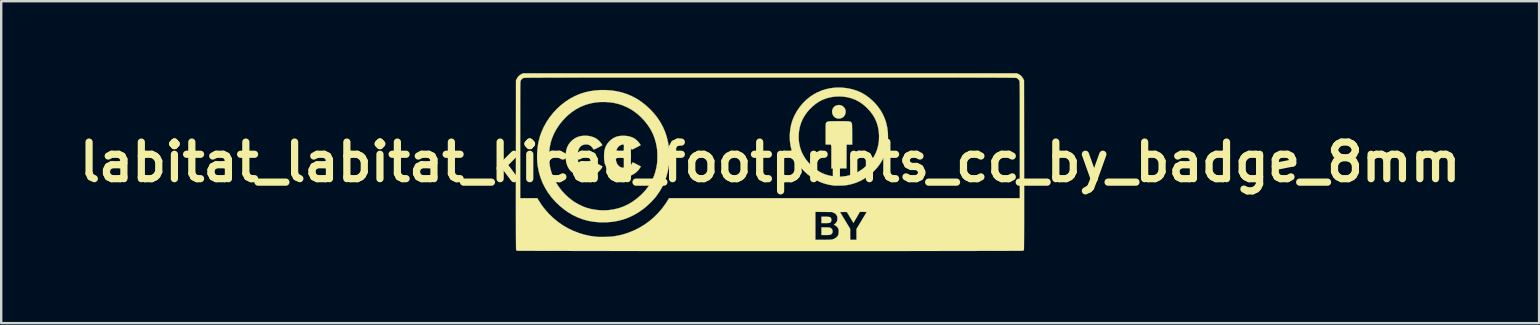
<source format=kicad_pcb>
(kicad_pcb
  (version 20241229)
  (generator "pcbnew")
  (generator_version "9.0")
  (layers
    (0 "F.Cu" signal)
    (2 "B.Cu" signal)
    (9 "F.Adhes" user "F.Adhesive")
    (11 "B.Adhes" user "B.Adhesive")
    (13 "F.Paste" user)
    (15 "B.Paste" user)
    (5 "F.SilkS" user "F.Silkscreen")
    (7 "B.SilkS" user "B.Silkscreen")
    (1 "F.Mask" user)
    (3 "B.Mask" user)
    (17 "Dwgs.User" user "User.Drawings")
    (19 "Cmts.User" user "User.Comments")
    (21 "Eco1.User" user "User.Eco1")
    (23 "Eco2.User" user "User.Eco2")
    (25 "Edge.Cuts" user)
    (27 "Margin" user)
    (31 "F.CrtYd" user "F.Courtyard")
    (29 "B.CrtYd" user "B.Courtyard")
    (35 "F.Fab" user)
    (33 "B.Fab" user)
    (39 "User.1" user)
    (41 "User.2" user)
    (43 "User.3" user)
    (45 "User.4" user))
  (footprint "labitat_labitat_kicad_footprints_cc_by_badge_8mm"
    (layer "F.Cu")
    (at 29.036 3.704)
    (property "Reference" "labitat_labitat_kicad_footprints_cc_by_badge_8mm" (at 0 0 0) (layer "F.SilkS") (effects (font (size 1.524 1.524) (thickness 0.3))))
    (attr through_hole)
    (fp_poly (pts (xy 2.366 2.276) (xy 2.423 2.28) (xy 2.465 2.286) (xy 2.496 2.297) (xy 2.518 2.312) (xy 2.533 2.33) (xy 2.545 2.36) (xy 2.55 2.402) (xy 2.548 2.444) (xy 2.538 2.478) (xy 2.534 2.485) (xy 2.517 2.505) (xy 2.497 2.519) (xy 2.471 2.529) (xy 2.433 2.536) (xy 2.383 2.539) (xy 2.315 2.54) (xy 2.297 2.54) (xy 2.138 2.54) (xy 2.138 2.275) (xy 2.292 2.275) (xy 2.366 2.276)) (stroke (width 0.01) (type solid)) (fill yes) (layer "F.SilkS"))
    (fp_poly (pts (xy 2.369 2.72) (xy 2.417 2.721) (xy 2.451 2.723) (xy 2.476 2.727) (xy 2.497 2.734) (xy 2.516 2.742) (xy 2.519 2.744) (xy 2.561 2.775) (xy 2.589 2.816) (xy 2.603 2.863) (xy 2.602 2.912) (xy 2.588 2.957) (xy 2.559 2.995) (xy 2.525 3.017) (xy 2.505 3.025) (xy 2.482 3.03) (xy 2.451 3.034) (xy 2.409 3.036) (xy 2.352 3.037) (xy 2.31 3.037) (xy 2.138 3.037) (xy 2.138 2.72) (xy 2.305 2.72) (xy 2.369 2.72)) (stroke (width 0.01) (type solid)) (fill yes) (layer "F.SilkS"))
    (fp_poly (pts (xy 2.923 -2.375) (xy 2.99 -2.352) (xy 3.051 -2.308) (xy 3.07 -2.289) (xy 3.111 -2.237) (xy 3.135 -2.186) (xy 3.145 -2.127) (xy 3.146 -2.095) (xy 3.137 -2.02) (xy 3.109 -1.953) (xy 3.067 -1.897) (xy 3.013 -1.854) (xy 2.949 -1.825) (xy 2.878 -1.813) (xy 2.803 -1.818) (xy 2.772 -1.826) (xy 2.709 -1.856) (xy 2.655 -1.903) (xy 2.615 -1.961) (xy 2.589 -2.029) (xy 2.58 -2.1) (xy 2.588 -2.17) (xy 2.611 -2.23) (xy 2.653 -2.287) (xy 2.653 -2.287) (xy 2.707 -2.335) (xy 2.769 -2.364) (xy 2.842 -2.378) (xy 2.847 -2.379) (xy 2.923 -2.375)) (stroke (width 0.01) (type solid)) (fill yes) (layer "F.SilkS"))
    (fp_poly (pts (xy 2.976 -1.704) (xy 3.07 -1.704) (xy 3.147 -1.703) (xy 3.208 -1.701) (xy 3.257 -1.698) (xy 3.294 -1.695) (xy 3.322 -1.689) (xy 3.343 -1.682) (xy 3.359 -1.673) (xy 3.372 -1.661) (xy 3.384 -1.647) (xy 3.391 -1.637) (xy 3.397 -1.629) (xy 3.401 -1.62) (xy 3.405 -1.607) (xy 3.408 -1.589) (xy 3.41 -1.563) (xy 3.412 -1.528) (xy 3.413 -1.482) (xy 3.414 -1.422) (xy 3.415 -1.347) (xy 3.416 -1.254) (xy 3.416 -1.169) (xy 3.419 -0.73) (xy 3.186 -0.73) (xy 3.183 -0.235) (xy 3.18 0.259) (xy 2.551 0.265) (xy 2.551 -0.73) (xy 2.432 -0.733) (xy 2.312 -0.736) (xy 2.312 -1.171) (xy 2.312 -1.279) (xy 2.313 -1.367) (xy 2.313 -1.439) (xy 2.314 -1.495) (xy 2.315 -1.538) (xy 2.316 -1.57) (xy 2.319 -1.594) (xy 2.322 -1.61) (xy 2.325 -1.622) (xy 2.33 -1.631) (xy 2.334 -1.637) (xy 2.346 -1.653) (xy 2.358 -1.666) (xy 2.372 -1.676) (xy 2.389 -1.685) (xy 2.413 -1.691) (xy 2.444 -1.696) (xy 2.486 -1.7) (xy 2.539 -1.702) (xy 2.606 -1.703) (xy 2.689 -1.704) (xy 2.79 -1.704) (xy 2.863 -1.704) (xy 2.976 -1.704)) (stroke (width 0.01) (type solid)) (fill yes) (layer "F.SilkS"))
    (fp_poly (pts (xy -7.57 -1.092) (xy -7.44 -1.065) (xy -7.322 -1.022) (xy -7.216 -0.96) (xy -7.122 -0.882) (xy -7.04 -0.786) (xy -6.992 -0.712) (xy -6.997 -0.703) (xy -7.019 -0.687) (xy -7.059 -0.664) (xy -7.117 -0.633) (xy -7.167 -0.608) (xy -7.23 -0.576) (xy -7.278 -0.553) (xy -7.311 -0.538) (xy -7.334 -0.53) (xy -7.348 -0.527) (xy -7.356 -0.53) (xy -7.36 -0.535) (xy -7.415 -0.614) (xy -7.473 -0.674) (xy -7.537 -0.713) (xy -7.608 -0.735) (xy -7.687 -0.737) (xy -7.726 -0.733) (xy -7.807 -0.712) (xy -7.873 -0.675) (xy -7.928 -0.622) (xy -7.97 -0.551) (xy -7.993 -0.492) (xy -8.002 -0.46) (xy -8.009 -0.43) (xy -8.013 -0.395) (xy -8.016 -0.353) (xy -8.017 -0.297) (xy -8.017 -0.249) (xy -8.015 -0.154) (xy -8.009 -0.077) (xy -7.997 -0.014) (xy -7.979 0.04) (xy -7.954 0.088) (xy -7.927 0.125) (xy -7.877 0.177) (xy -7.818 0.212) (xy -7.749 0.232) (xy -7.674 0.237) (xy -7.582 0.231) (xy -7.505 0.208) (xy -7.439 0.169) (xy -7.383 0.113) (xy -7.35 0.065) (xy -7.332 0.036) (xy -7.317 0.016) (xy -7.309 0.011) (xy -7.297 0.016) (xy -7.27 0.028) (xy -7.233 0.048) (xy -7.188 0.071) (xy -7.141 0.096) (xy -7.094 0.121) (xy -7.052 0.144) (xy -7.018 0.164) (xy -6.996 0.177) (xy -6.991 0.18) (xy -6.991 0.194) (xy -7.003 0.22) (xy -7.025 0.255) (xy -7.054 0.295) (xy -7.089 0.338) (xy -7.122 0.375) (xy -7.213 0.456) (xy -7.317 0.521) (xy -7.433 0.569) (xy -7.559 0.598) (xy -7.588 0.603) (xy -7.648 0.609) (xy -7.699 0.612) (xy -7.749 0.611) (xy -7.808 0.606) (xy -7.838 0.602) (xy -7.919 0.588) (xy -8.003 0.564) (xy -8.082 0.534) (xy -8.142 0.503) (xy -8.246 0.43) (xy -8.333 0.344) (xy -8.403 0.245) (xy -8.457 0.134) (xy -8.494 0.01) (xy -8.514 -0.128) (xy -8.519 -0.243) (xy -8.512 -0.386) (xy -8.489 -0.515) (xy -8.451 -0.631) (xy -8.396 -0.736) (xy -8.325 -0.831) (xy -8.311 -0.847) (xy -8.217 -0.935) (xy -8.114 -1.004) (xy -8.002 -1.055) (xy -7.881 -1.086) (xy -7.749 -1.1) (xy -7.712 -1.101) (xy -7.57 -1.092)) (stroke (width 0.01) (type solid)) (fill yes) (layer "F.SilkS"))
    (fp_poly (pts (xy -6.07 -1.098) (xy -5.934 -1.084) (xy -5.812 -1.055) (xy -5.703 -1.011) (xy -5.606 -0.951) (xy -5.542 -0.896) (xy -5.51 -0.862) (xy -5.477 -0.824) (xy -5.446 -0.785) (xy -5.42 -0.75) (xy -5.403 -0.722) (xy -5.397 -0.707) (xy -5.406 -0.7) (xy -5.431 -0.686) (xy -5.467 -0.667) (xy -5.511 -0.643) (xy -5.561 -0.617) (xy -5.611 -0.591) (xy -5.66 -0.567) (xy -5.703 -0.545) (xy -5.736 -0.529) (xy -5.756 -0.52) (xy -5.761 -0.519) (xy -5.768 -0.527) (xy -5.783 -0.549) (xy -5.803 -0.58) (xy -5.805 -0.583) (xy -5.857 -0.649) (xy -5.919 -0.698) (xy -5.991 -0.727) (xy -6.07 -0.738) (xy -6.156 -0.73) (xy -6.217 -0.713) (xy -6.278 -0.681) (xy -6.331 -0.632) (xy -6.375 -0.567) (xy -6.409 -0.489) (xy -6.423 -0.436) (xy -6.429 -0.394) (xy -6.432 -0.338) (xy -6.434 -0.273) (xy -6.434 -0.206) (xy -6.432 -0.143) (xy -6.427 -0.089) (xy -6.423 -0.061) (xy -6.396 0.027) (xy -6.356 0.102) (xy -6.304 0.162) (xy -6.242 0.205) (xy -6.208 0.219) (xy -6.147 0.233) (xy -6.078 0.238) (xy -6.008 0.235) (xy -5.945 0.222) (xy -5.919 0.213) (xy -5.868 0.182) (xy -5.818 0.137) (xy -5.774 0.085) (xy -5.752 0.05) (xy -5.737 0.026) (xy -5.725 0.012) (xy -5.722 0.011) (xy -5.71 0.015) (xy -5.683 0.028) (xy -5.643 0.048) (xy -5.595 0.073) (xy -5.55 0.096) (xy -5.387 0.182) (xy -5.41 0.224) (xy -5.475 0.318) (xy -5.556 0.404) (xy -5.65 0.477) (xy -5.753 0.536) (xy -5.861 0.577) (xy -5.881 0.583) (xy -5.948 0.596) (xy -6.028 0.604) (xy -6.111 0.609) (xy -6.19 0.608) (xy -6.244 0.603) (xy -6.329 0.586) (xy -6.417 0.56) (xy -6.499 0.527) (xy -6.551 0.5) (xy -6.589 0.475) (xy -6.634 0.439) (xy -6.68 0.4) (xy -6.701 0.38) (xy -6.744 0.335) (xy -6.776 0.295) (xy -6.804 0.251) (xy -6.829 0.2) (xy -6.86 0.132) (xy -6.883 0.071) (xy -6.899 0.01) (xy -6.909 -0.055) (xy -6.916 -0.132) (xy -6.919 -0.194) (xy -6.918 -0.335) (xy -6.905 -0.461) (xy -6.878 -0.574) (xy -6.837 -0.675) (xy -6.782 -0.768) (xy -6.711 -0.854) (xy -6.699 -0.867) (xy -6.609 -0.948) (xy -6.513 -1.011) (xy -6.409 -1.057) (xy -6.296 -1.085) (xy -6.171 -1.098) (xy -6.07 -1.098)) (stroke (width 0.01) (type solid)) (fill yes) (layer "F.SilkS"))
    (fp_poly (pts (xy 3.016 -3.101) (xy 3.227 -3.076) (xy 3.427 -3.034) (xy 3.616 -2.973) (xy 3.796 -2.894) (xy 3.967 -2.796) (xy 4.129 -2.679) (xy 4.284 -2.542) (xy 4.313 -2.514) (xy 4.456 -2.357) (xy 4.579 -2.192) (xy 4.683 -2.019) (xy 4.767 -1.837) (xy 4.832 -1.646) (xy 4.878 -1.447) (xy 4.904 -1.241) (xy 4.911 -1.064) (xy 4.901 -0.85) (xy 4.872 -0.644) (xy 4.824 -0.447) (xy 4.756 -0.258) (xy 4.67 -0.079) (xy 4.566 0.09) (xy 4.442 0.249) (xy 4.301 0.398) (xy 4.22 0.471) (xy 4.057 0.601) (xy 3.89 0.71) (xy 3.719 0.8) (xy 3.54 0.872) (xy 3.352 0.927) (xy 3.196 0.958) (xy 3.137 0.965) (xy 3.063 0.972) (xy 2.979 0.976) (xy 2.892 0.979) (xy 2.805 0.98) (xy 2.726 0.978) (xy 2.66 0.975) (xy 2.636 0.973) (xy 2.432 0.939) (xy 2.235 0.886) (xy 2.046 0.813) (xy 1.865 0.722) (xy 1.692 0.611) (xy 1.529 0.481) (xy 1.376 0.333) (xy 1.283 0.228) (xy 1.158 0.063) (xy 1.052 -0.111) (xy 0.966 -0.293) (xy 0.898 -0.483) (xy 0.851 -0.678) (xy 0.824 -0.88) (xy 0.817 -1.086) (xy 0.819 -1.113) (xy 1.188 -1.113) (xy 1.191 -0.935) (xy 1.213 -0.759) (xy 1.254 -0.588) (xy 1.313 -0.423) (xy 1.388 -0.272) (xy 1.477 -0.131) (xy 1.585 0.005) (xy 1.706 0.133) (xy 1.836 0.25) (xy 1.962 0.342) (xy 2.087 0.418) (xy 2.214 0.48) (xy 2.347 0.529) (xy 2.489 0.567) (xy 2.643 0.593) (xy 2.813 0.61) (xy 2.842 0.612) (xy 2.86 0.612) (xy 2.895 0.61) (xy 2.94 0.607) (xy 2.991 0.603) (xy 3.174 0.58) (xy 3.346 0.541) (xy 3.509 0.483) (xy 3.665 0.407) (xy 3.817 0.311) (xy 3.856 0.283) (xy 3.915 0.236) (xy 3.981 0.178) (xy 4.049 0.114) (xy 4.114 0.049) (xy 4.171 -0.013) (xy 4.216 -0.067) (xy 4.217 -0.068) (xy 4.318 -0.217) (xy 4.4 -0.375) (xy 4.463 -0.542) (xy 4.508 -0.718) (xy 4.533 -0.901) (xy 4.538 -1.09) (xy 4.537 -1.138) (xy 4.519 -1.327) (xy 4.484 -1.505) (xy 4.43 -1.673) (xy 4.359 -1.832) (xy 4.268 -1.982) (xy 4.158 -2.126) (xy 4.081 -2.21) (xy 3.971 -2.317) (xy 3.866 -2.407) (xy 3.759 -2.483) (xy 3.712 -2.513) (xy 3.56 -2.593) (xy 3.398 -2.656) (xy 3.229 -2.701) (xy 3.054 -2.728) (xy 2.877 -2.738) (xy 2.699 -2.73) (xy 2.523 -2.704) (xy 2.351 -2.66) (xy 2.186 -2.598) (xy 2.16 -2.586) (xy 2.022 -2.512) (xy 1.887 -2.419) (xy 1.758 -2.311) (xy 1.636 -2.191) (xy 1.526 -2.061) (xy 1.431 -1.924) (xy 1.36 -1.8) (xy 1.289 -1.636) (xy 1.236 -1.465) (xy 1.203 -1.29) (xy 1.188 -1.113) (xy 0.819 -1.113) (xy 0.824 -1.22) (xy 0.843 -1.391) (xy 0.873 -1.548) (xy 0.915 -1.698) (xy 0.971 -1.845) (xy 1.021 -1.953) (xy 1.12 -2.132) (xy 1.235 -2.3) (xy 1.366 -2.456) (xy 1.51 -2.598) (xy 1.666 -2.725) (xy 1.832 -2.834) (xy 1.953 -2.899) (xy 2.142 -2.981) (xy 2.337 -3.042) (xy 2.538 -3.083) (xy 2.744 -3.104) (xy 2.955 -3.104) (xy 3.016 -3.101)) (stroke (width 0.01) (type solid)) (fill yes) (layer "F.SilkS"))
    (fp_poly (pts (xy -6.634 -2.987) (xy -6.415 -2.956) (xy -6.204 -2.91) (xy -6.185 -2.905) (xy -5.967 -2.834) (xy -5.758 -2.746) (xy -5.557 -2.639) (xy -5.365 -2.513) (xy -5.179 -2.367) (xy -5.008 -2.209) (xy -4.843 -2.033) (xy -4.697 -1.85) (xy -4.572 -1.66) (xy -4.464 -1.461) (xy -4.375 -1.253) (xy -4.304 -1.033) (xy -4.249 -0.802) (xy -4.225 -0.664) (xy -4.219 -0.61) (xy -4.214 -0.539) (xy -4.21 -0.455) (xy -4.208 -0.363) (xy -4.207 -0.267) (xy -4.207 -0.171) (xy -4.208 -0.078) (xy -4.21 0.007) (xy -4.214 0.079) (xy -4.22 0.135) (xy -4.221 0.143) (xy -4.264 0.382) (xy -4.324 0.608) (xy -4.4 0.823) (xy -4.494 1.027) (xy -4.605 1.221) (xy -4.734 1.407) (xy -4.78 1.466) (xy -4.842 1.538) (xy -4.916 1.617) (xy -4.999 1.7) (xy -5.086 1.782) (xy -5.171 1.859) (xy -5.252 1.926) (xy -5.287 1.953) (xy -5.485 2.091) (xy -5.688 2.209) (xy -5.896 2.307) (xy -6.109 2.386) (xy -6.33 2.445) (xy -6.558 2.485) (xy -6.796 2.506) (xy -7.043 2.509) (xy -7.123 2.506) (xy -7.357 2.485) (xy -7.586 2.444) (xy -7.808 2.382) (xy -8.024 2.3) (xy -8.233 2.199) (xy -8.434 2.078) (xy -8.567 1.984) (xy -8.765 1.823) (xy -8.945 1.651) (xy -9.106 1.47) (xy -9.249 1.278) (xy -9.373 1.077) (xy -9.479 0.867) (xy -9.565 0.648) (xy -9.632 0.42) (xy -9.68 0.184) (xy -9.69 0.116) (xy -9.704 -0.03) (xy -9.71 -0.19) (xy -9.709 -0.242) (xy -9.212 -0.242) (xy -9.205 -0.047) (xy -9.182 0.142) (xy -9.158 0.265) (xy -9.103 0.458) (xy -9.027 0.648) (xy -8.933 0.832) (xy -8.821 1.01) (xy -8.693 1.178) (xy -8.549 1.336) (xy -8.391 1.482) (xy -8.22 1.615) (xy -8.165 1.653) (xy -8.09 1.699) (xy -8.003 1.747) (xy -7.908 1.795) (xy -7.813 1.839) (xy -7.723 1.876) (xy -7.659 1.9) (xy -7.468 1.952) (xy -7.267 1.988) (xy -7.063 2.007) (xy -6.861 2.009) (xy -6.729 2) (xy -6.516 1.969) (xy -6.31 1.92) (xy -6.112 1.851) (xy -5.922 1.762) (xy -5.738 1.654) (xy -5.561 1.525) (xy -5.389 1.377) (xy -5.323 1.313) (xy -5.18 1.157) (xy -5.056 0.993) (xy -4.951 0.822) (xy -4.864 0.642) (xy -4.795 0.451) (xy -4.743 0.248) (xy -4.709 0.048) (xy -4.704 -0.013) (xy -4.7 -0.088) (xy -4.699 -0.175) (xy -4.699 -0.267) (xy -4.7 -0.358) (xy -4.704 -0.445) (xy -4.709 -0.52) (xy -4.715 -0.572) (xy -4.753 -0.782) (xy -4.809 -0.982) (xy -4.882 -1.172) (xy -4.974 -1.353) (xy -5.085 -1.527) (xy -5.215 -1.695) (xy -5.365 -1.857) (xy -5.393 -1.885) (xy -5.531 -2.009) (xy -5.672 -2.117) (xy -5.82 -2.211) (xy -5.982 -2.296) (xy -5.985 -2.297) (xy -6.16 -2.371) (xy -6.338 -2.429) (xy -6.521 -2.47) (xy -6.715 -2.495) (xy -6.858 -2.504) (xy -7.082 -2.504) (xy -7.298 -2.483) (xy -7.507 -2.442) (xy -7.708 -2.382) (xy -7.901 -2.302) (xy -8.086 -2.203) (xy -8.262 -2.085) (xy -8.431 -1.947) (xy -8.512 -1.87) (xy -8.665 -1.706) (xy -8.8 -1.533) (xy -8.917 -1.354) (xy -9.015 -1.168) (xy -9.093 -0.977) (xy -9.144 -0.811) (xy -9.181 -0.629) (xy -9.204 -0.437) (xy -9.212 -0.242) (xy -9.709 -0.242) (xy -9.707 -0.357) (xy -9.696 -0.525) (xy -9.677 -0.688) (xy -9.652 -0.836) (xy -9.596 -1.054) (xy -9.52 -1.268) (xy -9.426 -1.475) (xy -9.315 -1.674) (xy -9.187 -1.865) (xy -9.044 -2.045) (xy -8.888 -2.214) (xy -8.719 -2.37) (xy -8.538 -2.511) (xy -8.347 -2.637) (xy -8.146 -2.745) (xy -7.938 -2.835) (xy -7.923 -2.841) (xy -7.727 -2.904) (xy -7.518 -2.952) (xy -7.302 -2.984) (xy -7.08 -3.001) (xy -6.856 -3.002) (xy -6.634 -2.987)) (stroke (width 0.01) (type solid)) (fill yes) (layer "F.SilkS"))
    (fp_poly (pts (xy 10.351 -3.666) (xy 10.43 -3.617) (xy 10.494 -3.553) (xy 10.544 -3.474) (xy 10.545 -3.471) (xy 10.578 -3.403) (xy 10.581 0.111) (xy 10.581 0.467) (xy 10.581 0.803) (xy 10.581 1.118) (xy 10.581 1.413) (xy 10.581 1.687) (xy 10.581 1.943) (xy 10.581 2.179) (xy 10.581 2.396) (xy 10.581 2.595) (xy 10.58 2.776) (xy 10.58 2.938) (xy 10.579 3.083) (xy 10.579 3.211) (xy 10.578 3.322) (xy 10.577 3.416) (xy 10.577 3.494) (xy 10.576 3.556) (xy 10.575 3.603) (xy 10.574 3.634) (xy 10.573 3.65) (xy 10.572 3.653) (xy 10.554 3.678) (xy 10.534 3.692) (xy 10.523 3.693) (xy 10.49 3.693) (xy 10.438 3.694) (xy 10.365 3.695) (xy 10.274 3.695) (xy 10.165 3.696) (xy 10.038 3.696) (xy 9.893 3.697) (xy 9.731 3.697) (xy 9.554 3.698) (xy 9.36 3.698) (xy 9.152 3.699) (xy 8.929 3.699) (xy 8.692 3.699) (xy 8.441 3.7) (xy 8.178 3.7) (xy 7.902 3.701) (xy 7.614 3.701) (xy 7.315 3.701) (xy 7.005 3.702) (xy 6.686 3.702) (xy 6.356 3.702) (xy 6.017 3.702) (xy 5.67 3.703) (xy 5.315 3.703) (xy 4.952 3.703) (xy 4.583 3.703) (xy 4.207 3.703) (xy 3.825 3.704) (xy 3.439 3.704) (xy 3.047 3.704) (xy 2.651 3.704) (xy 2.252 3.704) (xy 1.85 3.704) (xy 1.445 3.704) (xy 1.038 3.704) (xy 0.63 3.704) (xy 0.221 3.704) (xy -0.189 3.704) (xy -0.598 3.704) (xy -1.006 3.704) (xy -1.413 3.704) (xy -1.818 3.704) (xy -2.221 3.704) (xy -2.621 3.704) (xy -3.017 3.704) (xy -3.409 3.704) (xy -3.796 3.703) (xy -4.179 3.703) (xy -4.555 3.703) (xy -4.925 3.703) (xy -5.289 3.703) (xy -5.645 3.702) (xy -5.993 3.702) (xy -6.333 3.702) (xy -6.663 3.702) (xy -6.984 3.701) (xy -7.295 3.701) (xy -7.595 3.701) (xy -7.884 3.7) (xy -8.161 3.7) (xy -8.426 3.699) (xy -8.678 3.699) (xy -8.917 3.699) (xy -9.142 3.698) (xy -9.352 3.698) (xy -9.547 3.697) (xy -9.726 3.697) (xy -9.889 3.696) (xy -10.036 3.696) (xy -10.165 3.695) (xy -10.277 3.695) (xy -10.37 3.694) (xy -10.444 3.694) (xy -10.499 3.693) (xy -10.534 3.692) (xy -10.548 3.692) (xy -10.548 3.692) (xy -10.57 3.673) (xy -10.583 3.653) (xy -10.584 3.643) (xy -10.585 3.618) (xy -10.586 3.578) (xy -10.587 3.523) (xy -10.588 3.453) (xy -10.588 3.367) (xy -10.589 3.264) (xy -10.589 3.239) (xy 1.884 3.239) (xy 2.201 3.239) (xy 2.3 3.238) (xy 2.388 3.237) (xy 2.462 3.235) (xy 2.52 3.232) (xy 2.56 3.229) (xy 2.574 3.227) (xy 2.659 3.2) (xy 2.733 3.158) (xy 2.793 3.104) (xy 2.833 3.045) (xy 2.844 3.012) (xy 2.852 2.965) (xy 2.856 2.911) (xy 2.856 2.857) (xy 2.851 2.811) (xy 2.848 2.797) (xy 2.821 2.736) (xy 2.778 2.682) (xy 2.723 2.641) (xy 2.712 2.635) (xy 2.677 2.617) (xy 2.661 2.605) (xy 2.661 2.596) (xy 2.676 2.588) (xy 2.677 2.588) (xy 2.702 2.572) (xy 2.732 2.543) (xy 2.761 2.507) (xy 2.784 2.47) (xy 2.795 2.443) (xy 2.8 2.407) (xy 2.803 2.362) (xy 2.802 2.325) (xy 2.791 2.257) (xy 2.766 2.202) (xy 2.726 2.157) (xy 2.667 2.119) (xy 2.662 2.117) (xy 2.59 2.08) (xy 2.91 2.08) (xy 3.333 2.778) (xy 3.333 3.008) (xy 3.334 3.239) (xy 3.598 3.239) (xy 3.598 2.784) (xy 3.81 2.434) (xy 3.857 2.356) (xy 3.9 2.284) (xy 3.939 2.22) (xy 3.971 2.165) (xy 3.997 2.122) (xy 4.014 2.093) (xy 4.021 2.08) (xy 4.022 2.079) (xy 4.012 2.077) (xy 3.984 2.076) (xy 3.944 2.075) (xy 3.894 2.074) (xy 3.88 2.074) (xy 3.738 2.074) (xy 3.709 2.125) (xy 3.694 2.15) (xy 3.671 2.189) (xy 3.642 2.239) (xy 3.609 2.296) (xy 3.574 2.354) (xy 3.469 2.532) (xy 3.339 2.313) (xy 3.302 2.251) (xy 3.268 2.195) (xy 3.24 2.148) (xy 3.217 2.112) (xy 3.203 2.089) (xy 3.199 2.083) (xy 3.185 2.08) (xy 3.155 2.078) (xy 3.111 2.076) (xy 3.06 2.076) (xy 3.05 2.077) (xy 2.91 2.08) (xy 2.59 2.08) (xy 2.237 2.076) (xy 1.884 2.073) (xy 1.884 3.239) (xy -10.589 3.239) (xy -10.59 3.145) (xy -10.59 3.008) (xy -10.591 2.855) (xy -10.591 2.684) (xy -10.591 2.495) (xy -10.592 2.287) (xy -10.592 2.061) (xy -10.592 1.816) (xy -10.592 1.552) (xy -10.592 1.503) (xy -10.414 1.503) (xy -10.057 1.503) (xy -9.7 1.503) (xy -9.638 1.606) (xy -9.509 1.804) (xy -9.362 1.994) (xy -9.198 2.174) (xy -9.021 2.342) (xy -8.832 2.496) (xy -8.633 2.634) (xy -8.426 2.754) (xy -8.409 2.763) (xy -8.186 2.87) (xy -7.961 2.956) (xy -7.732 3.025) (xy -7.495 3.076) (xy -7.247 3.111) (xy -7.243 3.111) (xy -7.18 3.115) (xy -7.1 3.118) (xy -7.009 3.118) (xy -6.912 3.117) (xy -6.812 3.114) (xy -6.716 3.11) (xy -6.628 3.104) (xy -6.553 3.097) (xy -6.514 3.092) (xy -6.357 3.065) (xy -6.213 3.034) (xy -6.074 2.996) (xy -5.931 2.95) (xy -5.89 2.935) (xy -5.659 2.841) (xy -5.436 2.728) (xy -5.223 2.597) (xy -5.02 2.45) (xy -4.829 2.287) (xy -4.652 2.109) (xy -4.49 1.918) (xy -4.344 1.715) (xy -4.34 1.708) (xy -4.307 1.657) (xy -4.277 1.61) (xy -4.252 1.571) (xy -4.236 1.544) (xy -4.231 1.536) (xy -4.213 1.503) (xy 10.403 1.503) (xy 10.403 -0.921) (xy 10.403 -1.19) (xy 10.403 -1.439) (xy 10.403 -1.669) (xy 10.403 -1.879) (xy 10.403 -2.072) (xy 10.403 -2.247) (xy 10.403 -2.406) (xy 10.402 -2.55) (xy 10.402 -2.679) (xy 10.402 -2.793) (xy 10.401 -2.895) (xy 10.4 -2.984) (xy 10.4 -3.062) (xy 10.399 -3.129) (xy 10.398 -3.187) (xy 10.397 -3.235) (xy 10.396 -3.274) (xy 10.395 -3.307) (xy 10.394 -3.332) (xy 10.392 -3.352) (xy 10.391 -3.366) (xy 10.389 -3.376) (xy 10.387 -3.383) (xy 10.387 -3.384) (xy 10.352 -3.442) (xy 10.301 -3.487) (xy 10.271 -3.504) (xy 10.268 -3.505) (xy 10.265 -3.506) (xy 10.26 -3.507) (xy 10.253 -3.508) (xy 10.244 -3.509) (xy 10.233 -3.51) (xy 10.218 -3.511) (xy 10.201 -3.512) (xy 10.179 -3.512) (xy 10.154 -3.513) (xy 10.124 -3.514) (xy 10.089 -3.515) (xy 10.049 -3.515) (xy 10.003 -3.516) (xy 9.951 -3.516) (xy 9.893 -3.517) (xy 9.827 -3.518) (xy 9.755 -3.518) (xy 9.674 -3.518) (xy 9.586 -3.519) (xy 9.49 -3.519) (xy 9.384 -3.52) (xy 9.269 -3.52) (xy 9.145 -3.52) (xy 9.01 -3.521) (xy 8.866 -3.521) (xy 8.71 -3.521) (xy 8.543 -3.522) (xy 8.365 -3.522) (xy 8.174 -3.522) (xy 7.971 -3.522) (xy 7.756 -3.523) (xy 7.527 -3.523) (xy 7.285 -3.523) (xy 7.028 -3.523) (xy 6.758 -3.523) (xy 6.472 -3.523) (xy 6.172 -3.523) (xy 5.856 -3.523) (xy 5.524 -3.524) (xy 5.175 -3.524) (xy 4.81 -3.524) (xy 4.428 -3.524) (xy 4.028 -3.524) (xy 3.611 -3.524) (xy 3.175 -3.524) (xy 2.72 -3.524) (xy 2.246 -3.524) (xy 1.753 -3.524) (xy 1.24 -3.524) (xy 0.707 -3.524) (xy 0.153 -3.524) (xy -0.003 -3.524) (xy -0.566 -3.524) (xy -1.108 -3.524) (xy -1.63 -3.524) (xy -2.132 -3.524) (xy -2.614 -3.524) (xy -3.077 -3.524) (xy -3.521 -3.524) (xy -3.947 -3.524) (xy -4.354 -3.524) (xy -4.744 -3.524) (xy -5.117 -3.524) (xy -5.472 -3.524) (xy -5.812 -3.524) (xy -6.135 -3.523) (xy -6.442 -3.523) (xy -6.734 -3.523) (xy -7.011 -3.523) (xy -7.273 -3.523) (xy -7.521 -3.523) (xy -7.755 -3.523) (xy -7.976 -3.522) (xy -8.184 -3.522) (xy -8.379 -3.522) (xy -8.562 -3.522) (xy -8.733 -3.521) (xy -8.892 -3.521) (xy -9.041 -3.521) (xy -9.178 -3.52) (xy -9.306 -3.52) (xy -9.423 -3.52) (xy -9.531 -3.519) (xy -9.629 -3.519) (xy -9.719 -3.518) (xy -9.801 -3.518) (xy -9.874 -3.517) (xy -9.94 -3.517) (xy -9.998 -3.516) (xy -10.05 -3.516) (xy -10.095 -3.515) (xy -10.134 -3.514) (xy -10.167 -3.514) (xy -10.195 -3.513) (xy -10.218 -3.512) (xy -10.237 -3.511) (xy -10.251 -3.511) (xy -10.262 -3.51) (xy -10.269 -3.509) (xy -10.273 -3.508) (xy -10.274 -3.508) (xy -10.332 -3.473) (xy -10.377 -3.422) (xy -10.394 -3.392) (xy -10.396 -3.387) (xy -10.398 -3.38) (xy -10.4 -3.372) (xy -10.402 -3.36) (xy -10.403 -3.345) (xy -10.405 -3.325) (xy -10.406 -3.3) (xy -10.407 -3.269) (xy -10.408 -3.23) (xy -10.409 -3.184) (xy -10.41 -3.129) (xy -10.41 -3.065) (xy -10.411 -2.99) (xy -10.412 -2.905) (xy -10.412 -2.807) (xy -10.412 -2.697) (xy -10.413 -2.573) (xy -10.413 -2.434) (xy -10.413 -2.281) (xy -10.413 -2.111) (xy -10.414 -1.925) (xy -10.414 -1.721) (xy -10.414 -1.498) (xy -10.414 -1.256) (xy -10.414 -0.994) (xy -10.414 -0.923) (xy -10.414 1.503) (xy -10.592 1.503) (xy -10.592 1.268) (xy -10.592 0.964) (xy -10.592 0.64) (xy -10.592 0.295) (xy -10.591 0.111) (xy -10.589 -3.403) (xy -10.556 -3.471) (xy -10.507 -3.551) (xy -10.443 -3.615) (xy -10.364 -3.665) (xy -10.361 -3.666) (xy -10.292 -3.699) (xy 10.282 -3.699) (xy 10.351 -3.666)) (stroke (width 0.01) (type solid)) (fill yes) (layer "F.SilkS")))
  (gr_rect
    (start -3 -3)
    (end 61.072 10.413)
    (stroke (width 0.1) (type default))
    (fill no)
    (layer "Edge.Cuts")))
</source>
